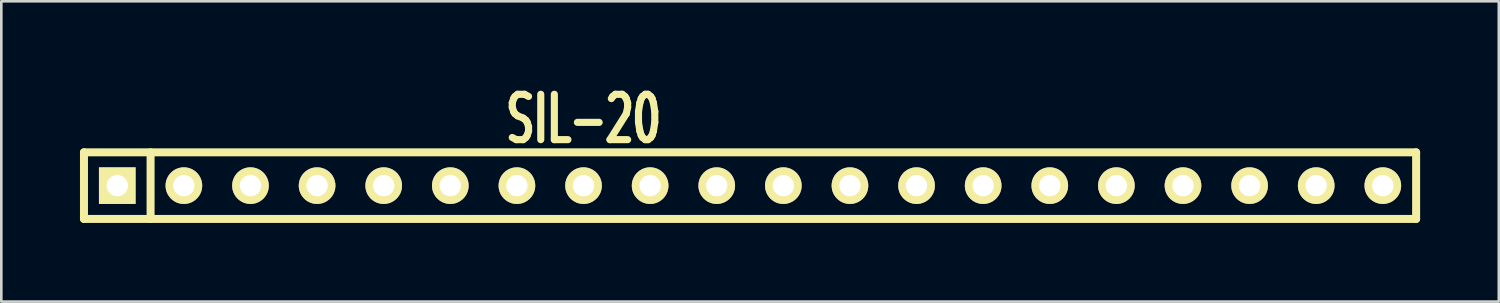
<source format=kicad_pcb>
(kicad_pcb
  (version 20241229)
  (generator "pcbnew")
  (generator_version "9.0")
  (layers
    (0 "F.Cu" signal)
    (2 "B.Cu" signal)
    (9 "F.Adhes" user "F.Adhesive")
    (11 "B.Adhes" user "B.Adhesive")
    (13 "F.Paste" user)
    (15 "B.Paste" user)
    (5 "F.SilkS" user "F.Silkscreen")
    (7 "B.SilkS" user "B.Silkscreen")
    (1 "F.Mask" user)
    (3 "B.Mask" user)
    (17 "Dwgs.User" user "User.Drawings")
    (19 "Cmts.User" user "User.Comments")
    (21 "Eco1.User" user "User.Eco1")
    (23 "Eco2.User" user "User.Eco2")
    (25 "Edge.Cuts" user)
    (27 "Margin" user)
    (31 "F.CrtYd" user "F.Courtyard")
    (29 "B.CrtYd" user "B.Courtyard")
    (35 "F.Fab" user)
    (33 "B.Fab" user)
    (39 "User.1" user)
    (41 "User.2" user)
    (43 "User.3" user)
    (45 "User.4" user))
  (footprint "SIL-20"
    (layer "F.Cu")
    (at 25.552 4.029)
    (property "Reference" "SIL-20" (at -6.35 -2.54 0) (layer "F.SilkS") (effects (font (size 1.73 1.087) (thickness 0.272))))
    (attr through_hole)
    (fp_line (start -25.4 -1.27) (end 25.4 -1.27) (stroke (width 0.305) (type solid)) (layer "F.SilkS"))
    (fp_line (start -25.4 1.27) (end -25.4 -1.27) (stroke (width 0.305) (type solid)) (layer "F.SilkS"))
    (fp_line (start -22.86 1.27) (end -22.86 -1.27) (stroke (width 0.305) (type solid)) (layer "F.SilkS"))
    (fp_line (start 25.4 -1.27) (end 25.4 1.27) (stroke (width 0.305) (type solid)) (layer "F.SilkS"))
    (fp_line (start 25.4 1.27) (end -25.4 1.27) (stroke (width 0.305) (type solid)) (layer "F.SilkS"))
    (pad "1" thru_hole rect (at -24.13 0) (size 1.397 1.397) (drill 0.813) (layers "*.Cu" "*.Mask" "F.SilkS"))
    (pad "2" thru_hole circle (at -21.59 0) (size 1.397 1.397) (drill 0.813) (layers "*.Cu" "*.Mask" "F.SilkS"))
    (pad "3" thru_hole circle (at -19.05 0) (size 1.397 1.397) (drill 0.813) (layers "*.Cu" "*.Mask" "F.SilkS"))
    (pad "4" thru_hole circle (at -16.51 0) (size 1.397 1.397) (drill 0.813) (layers "*.Cu" "*.Mask" "F.SilkS"))
    (pad "5" thru_hole circle (at -13.97 0) (size 1.397 1.397) (drill 0.813) (layers "*.Cu" "*.Mask" "F.SilkS"))
    (pad "6" thru_hole circle (at -11.43 0) (size 1.397 1.397) (drill 0.813) (layers "*.Cu" "*.Mask" "F.SilkS"))
    (pad "7" thru_hole circle (at -8.89 0) (size 1.397 1.397) (drill 0.813) (layers "*.Cu" "*.Mask" "F.SilkS"))
    (pad "8" thru_hole circle (at -6.35 0) (size 1.397 1.397) (drill 0.813) (layers "*.Cu" "*.Mask" "F.SilkS"))
    (pad "9" thru_hole circle (at -3.81 0) (size 1.397 1.397) (drill 0.813) (layers "*.Cu" "*.Mask" "F.SilkS"))
    (pad "10" thru_hole circle (at -1.27 0) (size 1.397 1.397) (drill 0.813) (layers "*.Cu" "*.Mask" "F.SilkS"))
    (pad "11" thru_hole circle (at 1.27 0) (size 1.397 1.397) (drill 0.813) (layers "*.Cu" "*.Mask" "F.SilkS"))
    (pad "12" thru_hole circle (at 3.81 0) (size 1.397 1.397) (drill 0.813) (layers "*.Cu" "*.Mask" "F.SilkS"))
    (pad "13" thru_hole circle (at 6.35 0) (size 1.397 1.397) (drill 0.813) (layers "*.Cu" "*.Mask" "F.SilkS"))
    (pad "14" thru_hole circle (at 8.89 0) (size 1.397 1.397) (drill 0.813) (layers "*.Cu" "*.Mask" "F.SilkS"))
    (pad "15" thru_hole circle (at 11.43 0) (size 1.397 1.397) (drill 0.813) (layers "*.Cu" "*.Mask" "F.SilkS"))
    (pad "16" thru_hole circle (at 13.97 0) (size 1.397 1.397) (drill 0.813) (layers "*.Cu" "*.Mask" "F.SilkS"))
    (pad "17" thru_hole circle (at 16.51 0) (size 1.397 1.397) (drill 0.813) (layers "*.Cu" "*.Mask" "F.SilkS"))
    (pad "18" thru_hole circle (at 19.05 0) (size 1.397 1.397) (drill 0.813) (layers "*.Cu" "*.Mask" "F.SilkS"))
    (pad "19" thru_hole circle (at 21.59 0) (size 1.397 1.397) (drill 0.813) (layers "*.Cu" "*.Mask" "F.SilkS"))
    (pad "20" thru_hole circle (at 24.13 0) (size 1.397 1.397) (drill 0.813) (layers "*.Cu" "*.Mask" "F.SilkS")))
  (gr_rect
    (start -3 -3)
    (end 54.105 8.451)
    (stroke (width 0.1) (type default))
    (fill no)
    (layer "Edge.Cuts")))
</source>
